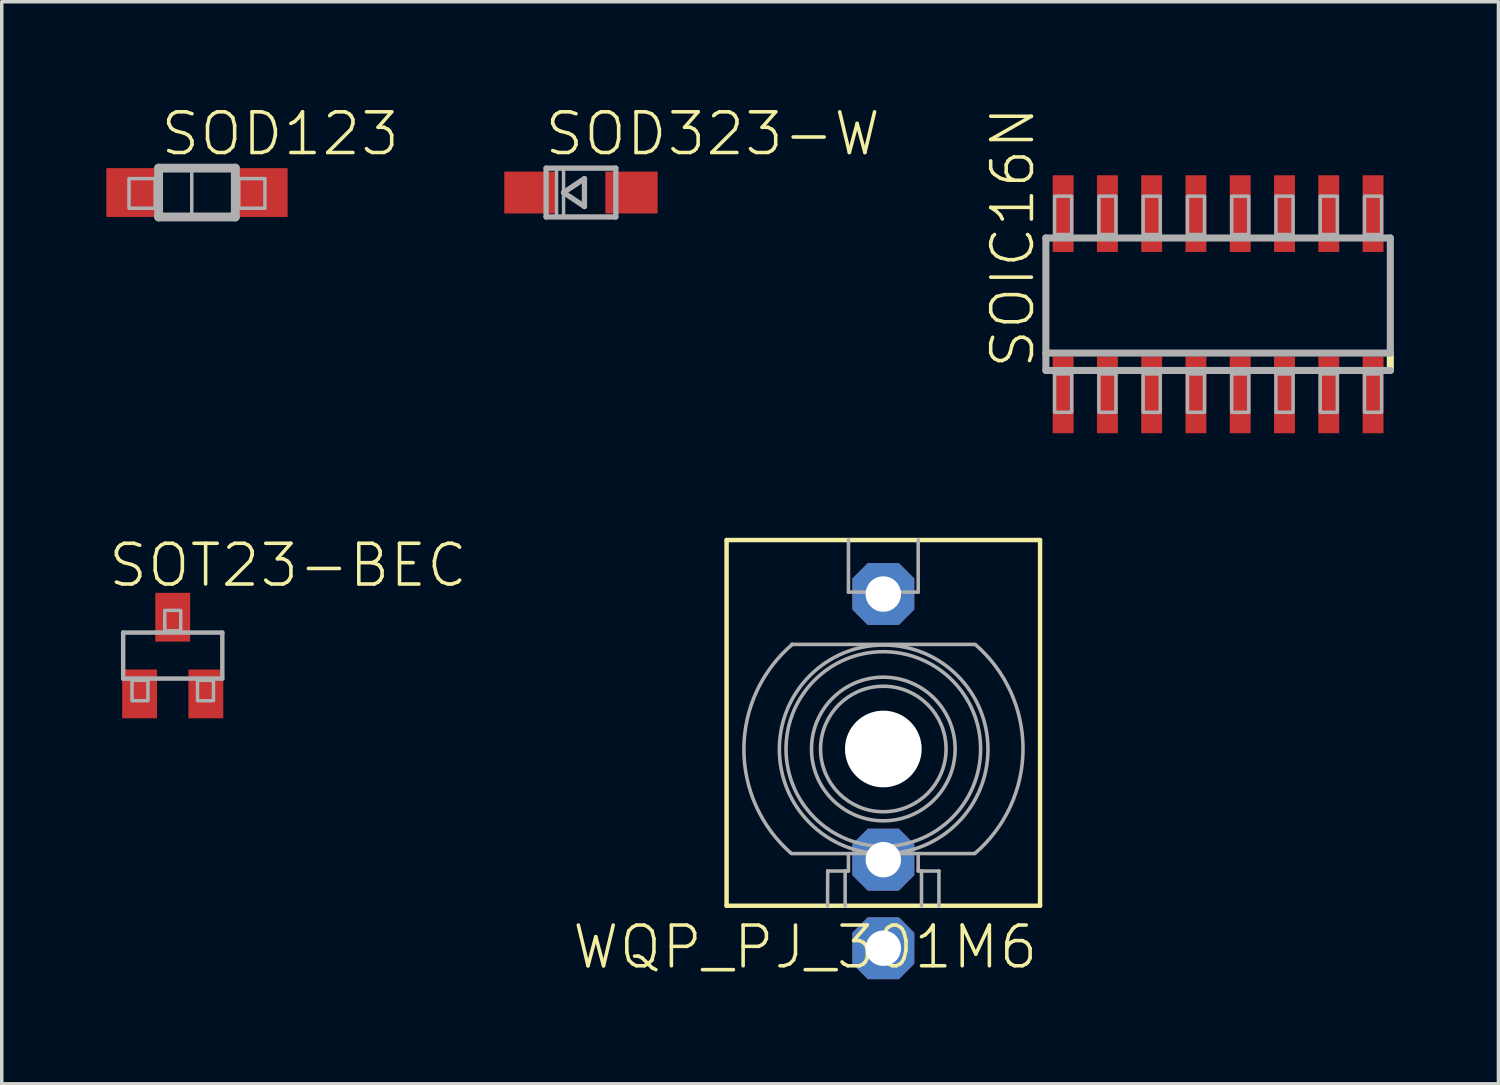
<source format=kicad_pcb>
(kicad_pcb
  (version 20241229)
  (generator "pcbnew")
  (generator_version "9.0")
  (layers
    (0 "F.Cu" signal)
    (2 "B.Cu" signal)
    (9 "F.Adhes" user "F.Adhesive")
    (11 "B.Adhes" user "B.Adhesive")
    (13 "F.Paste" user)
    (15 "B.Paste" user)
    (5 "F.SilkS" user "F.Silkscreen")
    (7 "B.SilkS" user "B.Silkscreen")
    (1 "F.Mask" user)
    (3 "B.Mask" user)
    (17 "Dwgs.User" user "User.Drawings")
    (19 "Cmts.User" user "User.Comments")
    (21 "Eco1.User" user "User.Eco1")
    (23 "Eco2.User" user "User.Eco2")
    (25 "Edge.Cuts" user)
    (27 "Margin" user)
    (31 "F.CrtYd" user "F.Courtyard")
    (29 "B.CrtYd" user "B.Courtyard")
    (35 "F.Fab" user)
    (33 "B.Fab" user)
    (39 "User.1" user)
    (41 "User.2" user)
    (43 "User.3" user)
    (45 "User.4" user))
  (footprint "SOD123"
    (layer "F.Cu")
    (at 2.6 2.473)
    (property "Reference" "SOD123" (at -1.1 -1 0) (layer "F.SilkS") (effects (font (size 1.168 1.168) (thickness 0.102)) (justify left bottom)))
    (fp_line (start -1.1 -0.7) (end 1.1 -0.7) (stroke (width 0.254) (type solid)) (layer "F.Fab"))
    (fp_line (start -1.1 0.7) (end -1.1 -0.7) (stroke (width 0.254) (type solid)) (layer "F.Fab"))
    (fp_line (start 1.1 -0.7) (end 1.1 0.7) (stroke (width 0.254) (type solid)) (layer "F.Fab"))
    (fp_line (start 1.1 0.7) (end -1.1 0.7) (stroke (width 0.254) (type solid)) (layer "F.Fab"))
    (fp_poly (pts (xy -1.95 0.45) (xy -1.2 0.45) (xy -1.2 -0.4) (xy -1.95 -0.4)) (stroke (width 0.1) (type solid)) (fill no) (layer "F.Fab"))
    (fp_poly (pts (xy -1.05 0.65) (xy -0.15 0.65) (xy -0.15 -0.7) (xy -1.05 -0.7)) (stroke (width 0.1) (type solid)) (fill no) (layer "F.Fab"))
    (fp_poly (pts (xy 1.2 0.45) (xy 1.95 0.45) (xy 1.95 -0.4) (xy 1.2 -0.4)) (stroke (width 0.1) (type solid)) (fill no) (layer "F.Fab"))
    (pad "A" smd rect (at 1.9 0) (size 1.4 1.4) (layers "F.Cu" "F.Mask" "F.Paste"))
    (pad "C" smd rect (at -1.9 0) (size 1.4 1.4) (layers "F.Cu" "F.Mask" "F.Paste")))
  (footprint "WQP_PJ_301M6"
    (layer "F.Cu")
    (at 22.288 18.435)
    (property "Reference" "WQP_PJ_301M6" (at 4.5 5 0) (layer "F.SilkS") (effects (font (size 1.168 1.168) (thickness 0.102)) (justify right top)))
    (fp_line (start -4.496 -5.994) (end 4.496 -5.994) (stroke (width 0.127) (type solid)) (layer "F.SilkS"))
    (fp_line (start -4.496 4.496) (end -4.496 -5.994) (stroke (width 0.127) (type solid)) (layer "F.SilkS"))
    (fp_line (start 4.496 -5.994) (end 4.496 4.496) (stroke (width 0.127) (type solid)) (layer "F.SilkS"))
    (fp_line (start 4.496 4.496) (end -4.496 4.496) (stroke (width 0.127) (type solid)) (layer "F.SilkS"))
    (fp_line (start -2.631 -3) (end 2.62 -3) (stroke (width 0.102) (type solid)) (layer "F.Fab"))
    (fp_line (start -2.631 3) (end 2.62 3) (stroke (width 0.102) (type solid)) (layer "F.Fab"))
    (fp_line (start -1.6 4.496) (end -1.595 3.5) (stroke (width 0.102) (type solid)) (layer "F.Fab"))
    (fp_line (start -1.595 3.5) (end -1.095 3.5) (stroke (width 0.102) (type solid)) (layer "F.Fab"))
    (fp_line (start -1.095 3.5) (end -1.095 4.5) (stroke (width 0.102) (type solid)) (layer "F.Fab"))
    (fp_line (start -1.095 3.5) (end -1 3.5) (stroke (width 0.102) (type solid)) (layer "F.Fab"))
    (fp_line (start -1 -4.5) (end -1 -6) (stroke (width 0.102) (type solid)) (layer "F.Fab"))
    (fp_line (start -1 0) (end 1 0) (stroke (width 0.102) (type solid)) (layer "F.Fab"))
    (fp_line (start -1 3.5) (end -1 3) (stroke (width 0.102) (type solid)) (layer "F.Fab"))
    (fp_line (start 0 -1) (end 0 1) (stroke (width 0.102) (type solid)) (layer "F.Fab"))
    (fp_line (start 1 -6) (end 1 -4.5) (stroke (width 0.102) (type solid)) (layer "F.Fab"))
    (fp_line (start 1 -4.5) (end -1 -4.5) (stroke (width 0.102) (type solid)) (layer "F.Fab"))
    (fp_line (start 1 3) (end 1 3.5) (stroke (width 0.102) (type solid)) (layer "F.Fab"))
    (fp_line (start 1 3.5) (end 1.095 3.5) (stroke (width 0.102) (type solid)) (layer "F.Fab"))
    (fp_line (start 1.095 3.5) (end 1.095 4.5) (stroke (width 0.102) (type solid)) (layer "F.Fab"))
    (fp_line (start 1.095 3.5) (end 1.595 3.5) (stroke (width 0.102) (type solid)) (layer "F.Fab"))
    (fp_line (start 1.595 3.5) (end 1.595 4.5) (stroke (width 0.102) (type solid)) (layer "F.Fab"))
    (fp_arc (start -2.641998 2.994) (mid -3.999529 -0.012791) (end -2.608 -3.004) (stroke (width 0.1016) (type solid)) (layer "F.Fab"))
    (fp_arc (start 2.642 -2.994) (mid 4.007235 0.003208) (end 2.628 2.994) (stroke (width 0.1016) (type solid)) (layer "F.Fab"))
    (fp_circle (center 0 0) (end 1.8 0) (stroke (width 0.102) (type solid)) (fill no) (layer "F.Fab"))
    (fp_circle (center 0 0) (end 2.06 0) (stroke (width 0.102) (type solid)) (fill no) (layer "F.Fab"))
    (fp_circle (center 0 0) (end 2.791 0) (stroke (width 0.102) (type solid)) (fill no) (layer "F.Fab"))
    (fp_circle (center 0.01 0.01) (end 3.002 0.01) (stroke (width 0.102) (type solid)) (fill no) (layer "F.Fab"))
    (pad "" np_thru_hole circle (at 0 0) (size 2.2 2.2) (drill 2.2) (layers "*.Cu" "*.Mask"))
    (pad "P1" thru_hole roundrect (at 0 5.715) (size 1.778 1.778) (drill 1.016) (layers "*.Cu" "*.Mask") (roundrect_rratio 0.25) (chamfer_ratio 0.25) (chamfer top_left top_right bottom_left bottom_right))
    (pad "P2" thru_hole roundrect (at 0 3.175) (size 1.778 1.778) (drill 1.016) (layers "*.Cu" "*.Mask") (roundrect_rratio 0.25) (chamfer_ratio 0.25) (chamfer top_left top_right bottom_left bottom_right))
    (pad "P3" thru_hole roundrect (at 0 -4.445) (size 1.778 1.778) (drill 1.016) (layers "*.Cu" "*.Mask") (roundrect_rratio 0.25) (chamfer_ratio 0.25) (chamfer top_left top_right bottom_left bottom_right)))
  (footprint "SOIC16N"
    (layer "F.Cu")
    (at 31.891 5.677)
    (property "Reference" "SOIC16N" (at -5.207 1.905 90) (layer "F.SilkS") (effects (font (size 1.168 1.168) (thickness 0.102)) (justify left bottom)))
    (fp_line (start 4.94 1.4) (end 4.94 1.9) (stroke (width 0.203) (type solid)) (layer "F.SilkS"))
    (fp_line (start -4.94 -1.9) (end 4.94 -1.9) (stroke (width 0.203) (type solid)) (layer "F.Fab"))
    (fp_line (start -4.94 1.4) (end -4.94 -1.9) (stroke (width 0.203) (type solid)) (layer "F.Fab"))
    (fp_line (start -4.94 1.9) (end -4.94 1.4) (stroke (width 0.203) (type solid)) (layer "F.Fab"))
    (fp_line (start 4.94 -1.9) (end 4.94 1.4) (stroke (width 0.203) (type solid)) (layer "F.Fab"))
    (fp_line (start 4.94 1.4) (end -4.94 1.4) (stroke (width 0.203) (type solid)) (layer "F.Fab"))
    (fp_line (start 4.94 1.9) (end -4.94 1.9) (stroke (width 0.203) (type solid)) (layer "F.Fab"))
    (fp_poly (pts (xy -4.69 -2) (xy -4.2 -2) (xy -4.2 -3.1) (xy -4.69 -3.1)) (stroke (width 0.1) (type solid)) (fill no) (layer "F.Fab"))
    (fp_poly (pts (xy -4.69 3.1) (xy -4.2 3.1) (xy -4.2 2) (xy -4.69 2)) (stroke (width 0.1) (type solid)) (fill no) (layer "F.Fab"))
    (fp_poly (pts (xy -3.42 -2) (xy -2.93 -2) (xy -2.93 -3.1) (xy -3.42 -3.1)) (stroke (width 0.1) (type solid)) (fill no) (layer "F.Fab"))
    (fp_poly (pts (xy -3.42 3.1) (xy -2.93 3.1) (xy -2.93 2) (xy -3.42 2)) (stroke (width 0.1) (type solid)) (fill no) (layer "F.Fab"))
    (fp_poly (pts (xy -2.15 -2) (xy -1.66 -2) (xy -1.66 -3.1) (xy -2.15 -3.1)) (stroke (width 0.1) (type solid)) (fill no) (layer "F.Fab"))
    (fp_poly (pts (xy -2.15 3.1) (xy -1.66 3.1) (xy -1.66 2) (xy -2.15 2)) (stroke (width 0.1) (type solid)) (fill no) (layer "F.Fab"))
    (fp_poly (pts (xy -0.88 -2) (xy -0.39 -2) (xy -0.39 -3.1) (xy -0.88 -3.1)) (stroke (width 0.1) (type solid)) (fill no) (layer "F.Fab"))
    (fp_poly (pts (xy -0.88 3.1) (xy -0.39 3.1) (xy -0.39 2) (xy -0.88 2)) (stroke (width 0.1) (type solid)) (fill no) (layer "F.Fab"))
    (fp_poly (pts (xy 0.39 -2) (xy 0.88 -2) (xy 0.88 -3.1) (xy 0.39 -3.1)) (stroke (width 0.1) (type solid)) (fill no) (layer "F.Fab"))
    (fp_poly (pts (xy 0.39 3.1) (xy 0.88 3.1) (xy 0.88 2) (xy 0.39 2)) (stroke (width 0.1) (type solid)) (fill no) (layer "F.Fab"))
    (fp_poly (pts (xy 1.66 -2) (xy 2.15 -2) (xy 2.15 -3.1) (xy 1.66 -3.1)) (stroke (width 0.1) (type solid)) (fill no) (layer "F.Fab"))
    (fp_poly (pts (xy 1.66 3.1) (xy 2.15 3.1) (xy 2.15 2) (xy 1.66 2)) (stroke (width 0.1) (type solid)) (fill no) (layer "F.Fab"))
    (fp_poly (pts (xy 2.93 -2) (xy 3.42 -2) (xy 3.42 -3.1) (xy 2.93 -3.1)) (stroke (width 0.1) (type solid)) (fill no) (layer "F.Fab"))
    (fp_poly (pts (xy 2.93 3.1) (xy 3.42 3.1) (xy 3.42 2) (xy 2.93 2)) (stroke (width 0.1) (type solid)) (fill no) (layer "F.Fab"))
    (fp_poly (pts (xy 4.2 -2) (xy 4.69 -2) (xy 4.69 -3.1) (xy 4.2 -3.1)) (stroke (width 0.1) (type solid)) (fill no) (layer "F.Fab"))
    (fp_poly (pts (xy 4.2 3.1) (xy 4.69 3.1) (xy 4.69 2) (xy 4.2 2)) (stroke (width 0.1) (type solid)) (fill no) (layer "F.Fab"))
    (pad "1" smd rect (at -4.445 2.6) (size 0.6 2.2) (layers "F.Cu" "F.Mask" "F.Paste"))
    (pad "2" smd rect (at -3.175 2.6) (size 0.6 2.2) (layers "F.Cu" "F.Mask" "F.Paste"))
    (pad "3" smd rect (at -1.905 2.6) (size 0.6 2.2) (layers "F.Cu" "F.Mask" "F.Paste"))
    (pad "4" smd rect (at -0.635 2.6) (size 0.6 2.2) (layers "F.Cu" "F.Mask" "F.Paste"))
    (pad "5" smd rect (at 0.635 2.6) (size 0.6 2.2) (layers "F.Cu" "F.Mask" "F.Paste"))
    (pad "6" smd rect (at 1.905 2.6) (size 0.6 2.2) (layers "F.Cu" "F.Mask" "F.Paste"))
    (pad "7" smd rect (at 3.175 2.6) (size 0.6 2.2) (layers "F.Cu" "F.Mask" "F.Paste"))
    (pad "8" smd rect (at 4.445 2.6) (size 0.6 2.2) (layers "F.Cu" "F.Mask" "F.Paste"))
    (pad "9" smd rect (at 4.445 -2.6) (size 0.6 2.2) (layers "F.Cu" "F.Mask" "F.Paste"))
    (pad "10" smd rect (at 3.175 -2.6) (size 0.6 2.2) (layers "F.Cu" "F.Mask" "F.Paste"))
    (pad "11" smd rect (at 1.905 -2.6) (size 0.6 2.2) (layers "F.Cu" "F.Mask" "F.Paste"))
    (pad "12" smd rect (at 0.635 -2.6) (size 0.6 2.2) (layers "F.Cu" "F.Mask" "F.Paste"))
    (pad "13" smd rect (at -0.635 -2.6) (size 0.6 2.2) (layers "F.Cu" "F.Mask" "F.Paste"))
    (pad "14" smd rect (at -1.905 -2.6) (size 0.6 2.2) (layers "F.Cu" "F.Mask" "F.Paste"))
    (pad "15" smd rect (at -3.175 -2.6) (size 0.6 2.2) (layers "F.Cu" "F.Mask" "F.Paste"))
    (pad "16" smd rect (at -4.445 -2.6) (size 0.6 2.2) (layers "F.Cu" "F.Mask" "F.Paste")))
  (footprint "SOD323-W"
    (layer "F.Cu")
    (at 13.615 2.473)
    (property "Reference" "SOD323-W" (at -1.1 -1 0) (layer "F.SilkS") (effects (font (size 1.168 1.168) (thickness 0.102)) (justify left bottom)))
    (fp_line (start -1 -0.7) (end 1 -0.7) (stroke (width 0.152) (type solid)) (layer "F.Fab"))
    (fp_line (start -1 0.7) (end -1 -0.7) (stroke (width 0.152) (type solid)) (layer "F.Fab"))
    (fp_line (start -0.5 0) (end 0.1 -0.4) (stroke (width 0.152) (type solid)) (layer "F.Fab"))
    (fp_line (start 0.1 -0.4) (end 0.1 0.4) (stroke (width 0.152) (type solid)) (layer "F.Fab"))
    (fp_line (start 0.1 0.4) (end -0.5 0) (stroke (width 0.152) (type solid)) (layer "F.Fab"))
    (fp_line (start 1 -0.7) (end 1 0.7) (stroke (width 0.152) (type solid)) (layer "F.Fab"))
    (fp_line (start 1 0.7) (end -1 0.7) (stroke (width 0.152) (type solid)) (layer "F.Fab"))
    (fp_poly (pts (xy -0.7 0.7) (xy -0.5 0.7) (xy -0.5 -0.7) (xy -0.7 -0.7)) (stroke (width 0.1) (type solid)) (fill no) (layer "F.Fab"))
    (pad "A" smd rect (at 1.45 0) (size 1.5 1.2) (layers "F.Cu" "F.Mask" "F.Paste"))
    (pad "C" smd rect (at -1.45 0) (size 1.5 1.2) (layers "F.Cu" "F.Mask" "F.Paste")))
  (footprint "SOT23-BEC"
    (layer "F.Cu")
    (at 1.905 15.755)
    (property "Reference" "SOT23-BEC" (at -1.905 -1.905 0) (layer "F.SilkS") (effects (font (size 1.168 1.168) (thickness 0.102)) (justify left bottom)))
    (fp_line (start -1.422 -0.66) (end 1.422 -0.66) (stroke (width 0.127) (type solid)) (layer "F.Fab"))
    (fp_line (start -1.422 0.66) (end -1.422 -0.66) (stroke (width 0.127) (type solid)) (layer "F.Fab"))
    (fp_line (start 1.422 -0.66) (end 1.422 0.66) (stroke (width 0.127) (type solid)) (layer "F.Fab"))
    (fp_line (start 1.422 0.66) (end -1.422 0.66) (stroke (width 0.127) (type solid)) (layer "F.Fab"))
    (fp_poly (pts (xy -1.168 1.295) (xy -0.711 1.295) (xy -0.711 0.711) (xy -1.168 0.711)) (stroke (width 0.1) (type solid)) (fill no) (layer "F.Fab"))
    (fp_poly (pts (xy -0.229 -0.711) (xy 0.229 -0.711) (xy 0.229 -1.295) (xy -0.229 -1.295)) (stroke (width 0.1) (type solid)) (fill no) (layer "F.Fab"))
    (fp_poly (pts (xy 0.711 1.295) (xy 1.168 1.295) (xy 1.168 0.711) (xy 0.711 0.711)) (stroke (width 0.1) (type solid)) (fill no) (layer "F.Fab"))
    (pad "B" smd rect (at -0.95 1.1) (size 1 1.4) (layers "F.Cu" "F.Mask" "F.Paste"))
    (pad "C" smd rect (at 0 -1.1) (size 1 1.4) (layers "F.Cu" "F.Mask" "F.Paste"))
    (pad "E" smd rect (at 0.95 1.1) (size 1 1.4) (layers "F.Cu" "F.Mask" "F.Paste")))
  (gr_rect
    (start -3 -3)
    (end 39.933 28.039)
    (stroke (width 0.1) (type default))
    (fill no)
    (layer "Edge.Cuts")))
</source>
